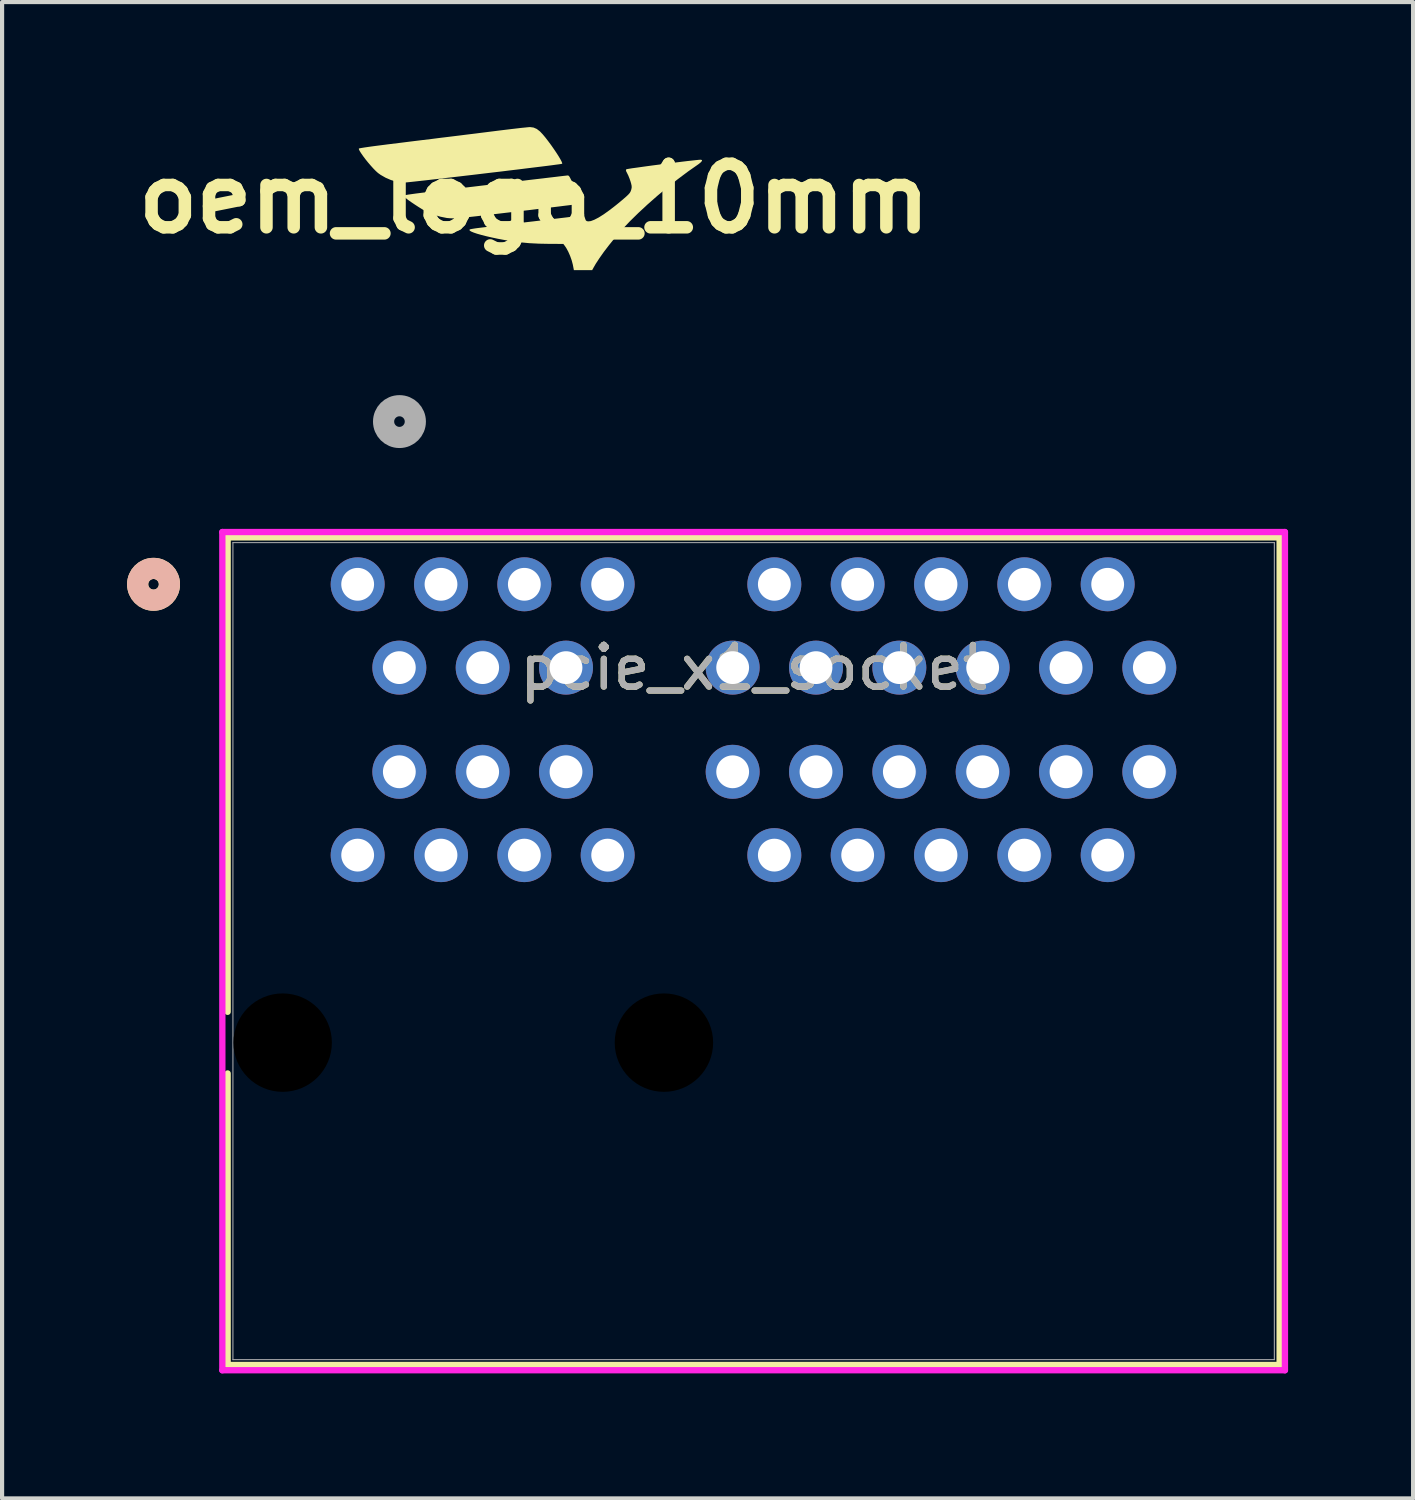
<source format=kicad_pcb>
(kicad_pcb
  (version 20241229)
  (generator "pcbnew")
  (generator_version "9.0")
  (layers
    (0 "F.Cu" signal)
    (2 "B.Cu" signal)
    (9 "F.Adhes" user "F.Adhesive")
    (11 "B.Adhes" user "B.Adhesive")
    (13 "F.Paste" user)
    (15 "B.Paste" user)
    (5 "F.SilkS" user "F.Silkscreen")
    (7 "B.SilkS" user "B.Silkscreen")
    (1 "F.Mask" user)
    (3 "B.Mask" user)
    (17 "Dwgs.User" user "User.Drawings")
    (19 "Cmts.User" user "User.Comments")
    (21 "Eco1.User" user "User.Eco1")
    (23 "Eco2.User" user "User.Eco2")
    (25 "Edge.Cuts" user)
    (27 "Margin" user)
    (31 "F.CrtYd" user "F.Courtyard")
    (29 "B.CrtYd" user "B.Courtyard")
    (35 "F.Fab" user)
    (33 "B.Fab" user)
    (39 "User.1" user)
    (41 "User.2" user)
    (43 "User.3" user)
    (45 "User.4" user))
  (footprint "oem_logo_10mm"
    (layer "F.Cu")
    (at 9.768 1.716)
    (property "Reference" "oem_logo_10mm" (at 0 0 0) (layer "F.SilkS") (effects (font (size 1.524 1.524) (thickness 0.3))))
    (attr board_only exclude_from_pos_files exclude_from_bom)
    (fp_poly (pts (xy 0.818 -0.554) (xy 0.835 -0.543) (xy 0.853 -0.519) (xy 0.876 -0.475) (xy 0.908 -0.408) (xy 0.922 -0.375) (xy 0.977 -0.249) (xy 1.023 -0.136) (xy 1.059 -0.04) (xy 1.085 0.038) (xy 1.099 0.092) (xy 1.099 0.122) (xy 1.096 0.125) (xy 1.075 0.129) (xy 1.024 0.136) (xy 0.946 0.146) (xy 0.843 0.159) (xy 0.719 0.174) (xy 0.577 0.192) (xy 0.419 0.211) (xy 0.248 0.232) (xy 0.067 0.253) (xy -0.12 0.276) (xy -0.311 0.298) (xy -0.503 0.321) (xy -0.694 0.343) (xy -0.879 0.365) (xy -1.057 0.386) (xy -1.224 0.405) (xy -1.377 0.423) (xy -1.514 0.438) (xy -1.631 0.451) (xy -1.726 0.462) (xy -1.795 0.469) (xy -1.837 0.473) (xy -1.842 0.473) (xy -1.926 0.475) (xy -2.017 0.472) (xy -2.092 0.466) (xy -2.251 0.434) (xy -2.418 0.384) (xy -2.546 0.332) (xy -2.605 0.302) (xy -2.682 0.258) (xy -2.771 0.203) (xy -2.863 0.143) (xy -2.951 0.084) (xy -3.027 0.03) (xy -3.083 -0.014) (xy -3.142 -0.063) (xy -3.1 -0.081) (xy -3.074 -0.086) (xy -3.019 -0.096) (xy -2.939 -0.107) (xy -2.839 -0.121) (xy -2.721 -0.136) (xy -2.592 -0.152) (xy -2.483 -0.165) (xy -2.372 -0.178) (xy -2.231 -0.195) (xy -2.066 -0.215) (xy -1.88 -0.237) (xy -1.677 -0.261) (xy -1.461 -0.286) (xy -1.238 -0.313) (xy -1.009 -0.34) (xy -0.781 -0.367) (xy -0.575 -0.392) (xy -0.367 -0.417) (xy -0.168 -0.441) (xy 0.02 -0.463) (xy 0.193 -0.483) (xy 0.35 -0.502) (xy 0.488 -0.518) (xy 0.603 -0.532) (xy 0.695 -0.543) (xy 0.759 -0.55) (xy 0.794 -0.554) (xy 0.799 -0.555)) (stroke (width 0) (type solid)) (fill yes) (layer "F.SilkS"))
    (fp_poly (pts (xy -0.013 -1.705) (xy 0.065 -1.671) (xy 0.143 -1.61) (xy 0.21 -1.539) (xy 0.274 -1.462) (xy 0.341 -1.375) (xy 0.409 -1.283) (xy 0.474 -1.19) (xy 0.535 -1.1) (xy 0.588 -1.017) (xy 0.631 -0.944) (xy 0.661 -0.887) (xy 0.675 -0.849) (xy 0.674 -0.836) (xy 0.655 -0.832) (xy 0.606 -0.824) (xy 0.529 -0.814) (xy 0.426 -0.8) (xy 0.301 -0.784) (xy 0.155 -0.766) (xy -0.009 -0.746) (xy -0.188 -0.724) (xy -0.38 -0.7) (xy -0.582 -0.676) (xy -0.791 -0.65) (xy -1.006 -0.625) (xy -1.224 -0.599) (xy -1.441 -0.573) (xy -1.656 -0.548) (xy -1.866 -0.523) (xy -2.068 -0.5) (xy -2.26 -0.477) (xy -2.44 -0.457) (xy -2.604 -0.438) (xy -2.751 -0.422) (xy -2.877 -0.408) (xy -2.98 -0.397) (xy -3.058 -0.389) (xy -3.108 -0.385) (xy -3.125 -0.384) (xy -3.188 -0.389) (xy -3.264 -0.4) (xy -3.315 -0.409) (xy -3.437 -0.446) (xy -3.564 -0.501) (xy -3.683 -0.569) (xy -3.746 -0.614) (xy -3.798 -0.661) (xy -3.857 -0.721) (xy -3.921 -0.792) (xy -3.986 -0.868) (xy -4.049 -0.946) (xy -4.105 -1.021) (xy -4.152 -1.089) (xy -4.187 -1.144) (xy -4.205 -1.184) (xy -4.205 -1.202) (xy -4.185 -1.207) (xy -4.136 -1.216) (xy -4.061 -1.228) (xy -3.964 -1.242) (xy -3.849 -1.258) (xy -3.718 -1.275) (xy -3.575 -1.293) (xy -3.524 -1.3) (xy -3.214 -1.338) (xy -2.935 -1.373) (xy -2.683 -1.404) (xy -2.458 -1.431) (xy -2.256 -1.457) (xy -2.074 -1.479) (xy -1.911 -1.499) (xy -1.764 -1.517) (xy -1.631 -1.534) (xy -1.508 -1.549) (xy -1.393 -1.563) (xy -1.285 -1.577) (xy -1.18 -1.59) (xy -1.077 -1.603) (xy -0.972 -1.616) (xy -0.863 -1.63) (xy -0.829 -1.634) (xy -0.682 -1.652) (xy -0.542 -1.669) (xy -0.414 -1.684) (xy -0.302 -1.697) (xy -0.21 -1.706) (xy -0.142 -1.713) (xy -0.102 -1.716) (xy -0.096 -1.716)) (stroke (width 0) (type solid)) (fill yes) (layer "F.SilkS"))
    (fp_poly (pts (xy 4.027 -0.926) (xy 4.03 -0.906) (xy 4.005 -0.874) (xy 3.953 -0.831) (xy 3.929 -0.814) (xy 3.692 -0.648) (xy 3.448 -0.465) (xy 3.202 -0.27) (xy 2.959 -0.067) (xy 2.725 0.139) (xy 2.504 0.344) (xy 2.3 0.544) (xy 2.121 0.734) (xy 2.077 0.783) (xy 1.933 0.951) (xy 1.798 1.118) (xy 1.674 1.28) (xy 1.567 1.432) (xy 1.478 1.568) (xy 1.433 1.646) (xy 1.394 1.717) (xy 0.955 1.717) (xy 0.929 1.582) (xy 0.903 1.484) (xy 0.865 1.377) (xy 0.82 1.274) (xy 0.771 1.184) (xy 0.741 1.14) (xy 0.702 1.088) (xy 0.372 1.087) (xy 0.117 1.082) (xy -0.117 1.07) (xy -0.341 1.049) (xy -0.566 1.018) (xy -0.583 1.016) (xy -0.728 0.991) (xy -0.872 0.964) (xy -1.012 0.934) (xy -1.143 0.904) (xy -1.263 0.873) (xy -1.366 0.844) (xy -1.449 0.816) (xy -1.509 0.791) (xy -1.542 0.771) (xy -1.547 0.763) (xy -1.549 0.757) (xy -1.55 0.751) (xy -1.549 0.746) (xy -1.543 0.741) (xy -1.53 0.736) (xy -1.507 0.731) (xy -1.473 0.725) (xy -1.424 0.717) (xy -1.36 0.708) (xy -1.277 0.698) (xy -1.173 0.685) (xy -1.047 0.67) (xy -0.895 0.651) (xy -0.716 0.63) (xy -0.507 0.605) (xy -0.392 0.591) (xy -0.199 0.568) (xy -0.009 0.546) (xy 0.174 0.524) (xy 0.347 0.503) (xy 0.506 0.484) (xy 0.647 0.467) (xy 0.766 0.453) (xy 0.86 0.441) (xy 0.924 0.433) (xy 1.014 0.423) (xy 1.093 0.415) (xy 1.153 0.41) (xy 1.19 0.409) (xy 1.199 0.41) (xy 1.209 0.431) (xy 1.223 0.471) (xy 1.225 0.481) (xy 1.241 0.522) (xy 1.265 0.541) (xy 1.298 0.547) (xy 1.361 0.54) (xy 1.446 0.508) (xy 1.55 0.454) (xy 1.672 0.377) (xy 1.81 0.278) (xy 1.964 0.159) (xy 2.069 0.073) (xy 2.154 0.001) (xy 2.217 -0.054) (xy 2.262 -0.097) (xy 2.293 -0.132) (xy 2.313 -0.164) (xy 2.326 -0.197) (xy 2.334 -0.223) (xy 2.342 -0.264) (xy 2.341 -0.306) (xy 2.329 -0.361) (xy 2.316 -0.406) (xy 2.291 -0.479) (xy 2.262 -0.551) (xy 2.236 -0.604) (xy 2.211 -0.653) (xy 2.204 -0.683) (xy 2.212 -0.702) (xy 2.213 -0.703) (xy 2.232 -0.708) (xy 2.28 -0.716) (xy 2.354 -0.728) (xy 2.45 -0.741) (xy 2.564 -0.757) (xy 2.692 -0.775) (xy 2.832 -0.794) (xy 2.978 -0.813) (xy 3.127 -0.832) (xy 3.276 -0.851) (xy 3.421 -0.869) (xy 3.558 -0.886) (xy 3.683 -0.901) (xy 3.793 -0.913) (xy 3.884 -0.923) (xy 3.951 -0.93) (xy 3.993 -0.933) (xy 3.996 -0.933)) (stroke (width 0) (type solid)) (fill yes) (layer "F.SilkS")))
  (footprint "pcie_x1_socket"
    (layer "F.Cu")
    (at 5.534 10.973)
    (property "Reference" "pcie_x1_socket" (at 9.503 2 0) (unlocked yes) (layer "F.SilkS") (effects (font (size 1 1) (thickness 0.15))))
    (attr through_hole)
    (fp_line (start -3.121 -1.127) (end -3.121 10.26) (stroke (width 0.152) (type solid)) (layer "F.SilkS"))
    (fp_line (start -3.121 11.74) (end -3.121 18.736) (stroke (width 0.152) (type solid)) (layer "F.SilkS"))
    (fp_line (start -3.121 18.736) (end 22.127 18.736) (stroke (width 0.152) (type solid)) (layer "F.SilkS"))
    (fp_line (start 22.127 -1.127) (end -3.121 -1.127) (stroke (width 0.152) (type solid)) (layer "F.SilkS"))
    (fp_line (start 22.127 18.736) (end 22.127 -1.127) (stroke (width 0.152) (type solid)) (layer "F.SilkS"))
    (fp_circle (center -4.899 0) (end -4.518 0) (stroke (width 0.508) (type solid)) (fill no) (layer "F.SilkS"))
    (fp_circle (center -4.899 0) (end -4.518 0) (stroke (width 0.508) (type solid)) (fill no) (layer "B.SilkS"))
    (fp_line (start -3.248 -1.254) (end -3.248 18.863) (stroke (width 0.152) (type solid)) (layer "F.CrtYd"))
    (fp_line (start -3.248 18.863) (end 22.254 18.863) (stroke (width 0.152) (type solid)) (layer "F.CrtYd"))
    (fp_line (start 22.254 -1.254) (end -3.248 -1.254) (stroke (width 0.152) (type solid)) (layer "F.CrtYd"))
    (fp_line (start 22.254 18.863) (end 22.254 -1.254) (stroke (width 0.152) (type solid)) (layer "F.CrtYd"))
    (fp_line (start -2.994 -1) (end -2.994 18.609) (stroke (width 0.025) (type solid)) (layer "F.Fab"))
    (fp_line (start -2.994 18.609) (end 22 18.609) (stroke (width 0.025) (type solid)) (layer "F.Fab"))
    (fp_line (start 22 -1) (end -2.994 -1) (stroke (width 0.025) (type solid)) (layer "F.Fab"))
    (fp_line (start 22 18.609) (end 22 -1) (stroke (width 0.025) (type solid)) (layer "F.Fab"))
    (fp_circle (center 1.003 -3.905) (end 1.384 -3.905) (stroke (width 0.508) (type solid)) (fill no) (layer "F.Fab"))
    (fp_text user "${REFERENCE}" (at 9.503 2 0) (unlocked yes) (layer "F.Fab") (effects (font (size 1 1) (thickness 0.15))))
    (pad "" np_thru_hole circle (at -1.8 11) (size 2.362 2.362) (drill 2.362) (layers))
    (pad "" np_thru_hole circle (at 7.35 11) (size 2.362 2.362) (drill 2.362) (layers))
    (pad "A1" thru_hole circle (at 19 4.5) (size 1.295 1.295) (drill 0.787) (layers "*.Cu" "*.Mask"))
    (pad "A2" thru_hole circle (at 18 6.5) (size 1.295 1.295) (drill 0.787) (layers "*.Cu" "*.Mask"))
    (pad "A3" thru_hole circle (at 17 4.5) (size 1.295 1.295) (drill 0.787) (layers "*.Cu" "*.Mask"))
    (pad "A4" thru_hole circle (at 16 6.5) (size 1.295 1.295) (drill 0.787) (layers "*.Cu" "*.Mask"))
    (pad "A5" thru_hole circle (at 15 4.5) (size 1.295 1.295) (drill 0.787) (layers "*.Cu" "*.Mask"))
    (pad "A6" thru_hole circle (at 14 6.5) (size 1.295 1.295) (drill 0.787) (layers "*.Cu" "*.Mask"))
    (pad "A7" thru_hole circle (at 13 4.5) (size 1.295 1.295) (drill 0.787) (layers "*.Cu" "*.Mask"))
    (pad "A8" thru_hole circle (at 12 6.5) (size 1.295 1.295) (drill 0.787) (layers "*.Cu" "*.Mask"))
    (pad "A9" thru_hole circle (at 11 4.5) (size 1.295 1.295) (drill 0.787) (layers "*.Cu" "*.Mask"))
    (pad "A10" thru_hole circle (at 10 6.5) (size 1.295 1.295) (drill 0.787) (layers "*.Cu" "*.Mask"))
    (pad "A11" thru_hole circle (at 9 4.5) (size 1.295 1.295) (drill 0.787) (layers "*.Cu" "*.Mask"))
    (pad "A12" thru_hole circle (at 6 6.5) (size 1.295 1.295) (drill 0.787) (layers "*.Cu" "*.Mask"))
    (pad "A13" thru_hole circle (at 5 4.5) (size 1.295 1.295) (drill 0.787) (layers "*.Cu" "*.Mask"))
    (pad "A14" thru_hole circle (at 4 6.5) (size 1.295 1.295) (drill 0.787) (layers "*.Cu" "*.Mask"))
    (pad "A15" thru_hole circle (at 3 4.5) (size 1.295 1.295) (drill 0.787) (layers "*.Cu" "*.Mask"))
    (pad "A16" thru_hole circle (at 2 6.5) (size 1.295 1.295) (drill 0.787) (layers "*.Cu" "*.Mask"))
    (pad "A17" thru_hole circle (at 1 4.5) (size 1.295 1.295) (drill 0.787) (layers "*.Cu" "*.Mask"))
    (pad "A18" thru_hole circle (at 0 6.5) (size 1.295 1.295) (drill 0.787) (layers "*.Cu" "*.Mask"))
    (pad "B1" thru_hole circle (at 19 2) (size 1.295 1.295) (drill 0.787) (layers "*.Cu" "*.Mask"))
    (pad "B2" thru_hole circle (at 18 0) (size 1.295 1.295) (drill 0.787) (layers "*.Cu" "*.Mask"))
    (pad "B3" thru_hole circle (at 17 2) (size 1.295 1.295) (drill 0.787) (layers "*.Cu" "*.Mask"))
    (pad "B4" thru_hole circle (at 16 0) (size 1.295 1.295) (drill 0.787) (layers "*.Cu" "*.Mask"))
    (pad "B5" thru_hole circle (at 15 2) (size 1.295 1.295) (drill 0.787) (layers "*.Cu" "*.Mask"))
    (pad "B6" thru_hole circle (at 14 0) (size 1.295 1.295) (drill 0.787) (layers "*.Cu" "*.Mask"))
    (pad "B7" thru_hole circle (at 13 2) (size 1.295 1.295) (drill 0.787) (layers "*.Cu" "*.Mask"))
    (pad "B8" thru_hole circle (at 12 0) (size 1.295 1.295) (drill 0.787) (layers "*.Cu" "*.Mask"))
    (pad "B9" thru_hole circle (at 11 2) (size 1.295 1.295) (drill 0.787) (layers "*.Cu" "*.Mask"))
    (pad "B10" thru_hole circle (at 10 0) (size 1.295 1.295) (drill 0.787) (layers "*.Cu" "*.Mask"))
    (pad "B11" thru_hole circle (at 9 2) (size 1.295 1.295) (drill 0.787) (layers "*.Cu" "*.Mask"))
    (pad "B12" thru_hole circle (at 6 0) (size 1.295 1.295) (drill 0.787) (layers "*.Cu" "*.Mask"))
    (pad "B13" thru_hole circle (at 5 2) (size 1.295 1.295) (drill 0.787) (layers "*.Cu" "*.Mask"))
    (pad "B14" thru_hole circle (at 4 0) (size 1.295 1.295) (drill 0.787) (layers "*.Cu" "*.Mask"))
    (pad "B15" thru_hole circle (at 3 2) (size 1.295 1.295) (drill 0.787) (layers "*.Cu" "*.Mask"))
    (pad "B16" thru_hole circle (at 2 0) (size 1.295 1.295) (drill 0.787) (layers "*.Cu" "*.Mask"))
    (pad "B17" thru_hole circle (at 1 2) (size 1.295 1.295) (drill 0.787) (layers "*.Cu" "*.Mask"))
    (pad "B18" thru_hole circle (at 0 0) (size 1.295 1.295) (drill 0.787) (layers "*.Cu" "*.Mask")))
  (gr_rect
    (start -3 -3)
    (end 30.864 32.912)
    (stroke (width 0.1) (type default))
    (fill no)
    (layer "Edge.Cuts")))
</source>
